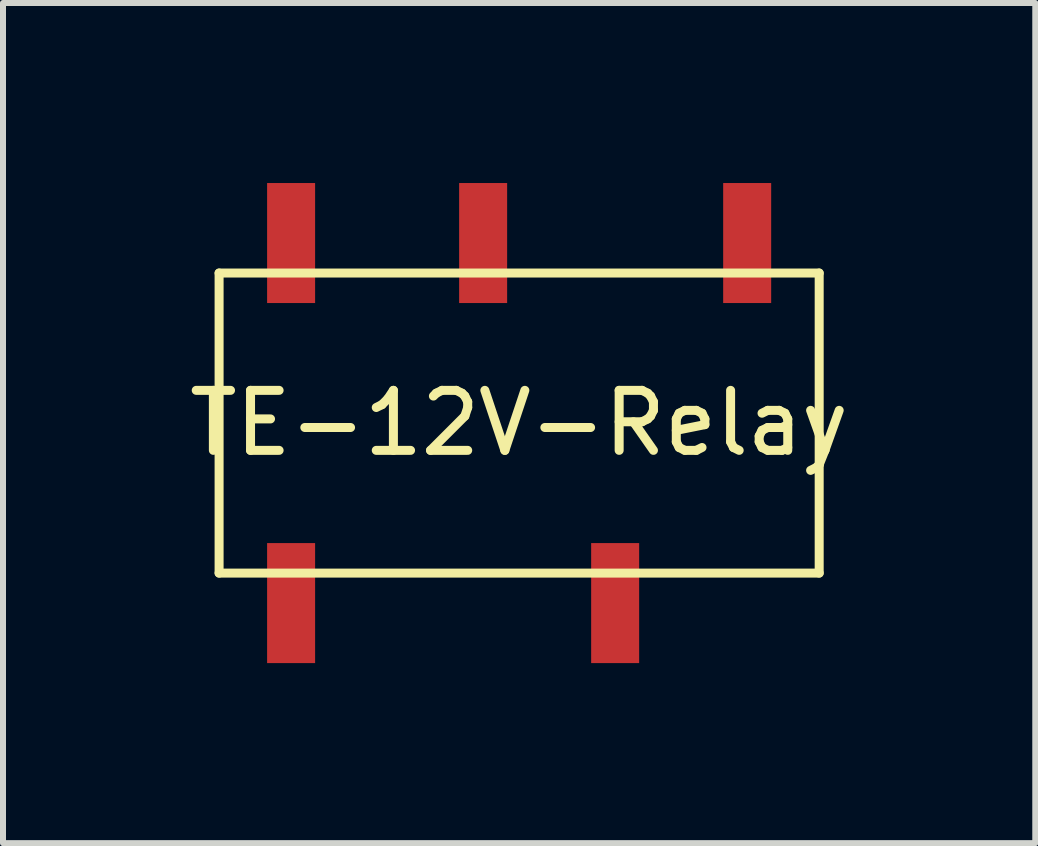
<source format=kicad_pcb>
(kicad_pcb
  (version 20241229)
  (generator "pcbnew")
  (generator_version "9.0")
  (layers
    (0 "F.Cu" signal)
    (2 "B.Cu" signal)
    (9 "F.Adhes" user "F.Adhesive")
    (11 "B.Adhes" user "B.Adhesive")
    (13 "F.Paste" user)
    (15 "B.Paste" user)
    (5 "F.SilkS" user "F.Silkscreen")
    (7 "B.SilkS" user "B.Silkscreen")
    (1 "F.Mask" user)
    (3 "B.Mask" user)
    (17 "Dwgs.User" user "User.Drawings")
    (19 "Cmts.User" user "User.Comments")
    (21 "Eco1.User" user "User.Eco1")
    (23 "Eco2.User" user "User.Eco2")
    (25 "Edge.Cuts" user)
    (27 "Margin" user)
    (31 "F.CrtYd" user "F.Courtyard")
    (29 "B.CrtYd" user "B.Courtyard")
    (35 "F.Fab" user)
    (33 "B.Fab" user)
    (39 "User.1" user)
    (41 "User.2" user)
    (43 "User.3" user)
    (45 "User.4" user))
  (footprint "TE-12V-Relay"
    (layer "F.Cu")
    (at 1.801 7)
    (property "Reference" "TE-12V-Relay" (at 3.8 -3 180) (layer "F.SilkS") (effects (font (size 1 1) (thickness 0.15))))
    (attr through_hole)
    (fp_line (start -1.2 -5.5) (end -1.2 -0.5) (stroke (width 0.15) (type solid)) (layer "F.SilkS"))
    (fp_line (start -1.2 -0.5) (end 8.8 -0.5) (stroke (width 0.15) (type solid)) (layer "F.SilkS"))
    (fp_line (start 8.8 -5.5) (end -1.2 -5.5) (stroke (width 0.15) (type solid)) (layer "F.SilkS"))
    (fp_line (start 8.8 -0.5) (end 8.8 -5.5) (stroke (width 0.15) (type solid)) (layer "F.SilkS"))
    (pad "1" smd rect (at 0 0 90) (size 2 0.8) (layers "F.Cu" "F.Mask" "F.Paste"))
    (pad "3" smd rect (at 5.4 0 90) (size 2 0.8) (layers "F.Cu" "F.Mask" "F.Paste"))
    (pad "5" smd rect (at 7.6 -6 90) (size 2 0.8) (layers "F.Cu" "F.Mask" "F.Paste"))
    (pad "7" smd rect (at 3.2 -6 90) (size 2 0.8) (layers "F.Cu" "F.Mask" "F.Paste"))
    (pad "8" smd rect (at 0 -6 90) (size 2 0.8) (layers "F.Cu" "F.Mask" "F.Paste")))
  (gr_rect
    (start -3 -3)
    (end 14.202 11)
    (stroke (width 0.1) (type default))
    (fill no)
    (layer "Edge.Cuts")))
</source>
